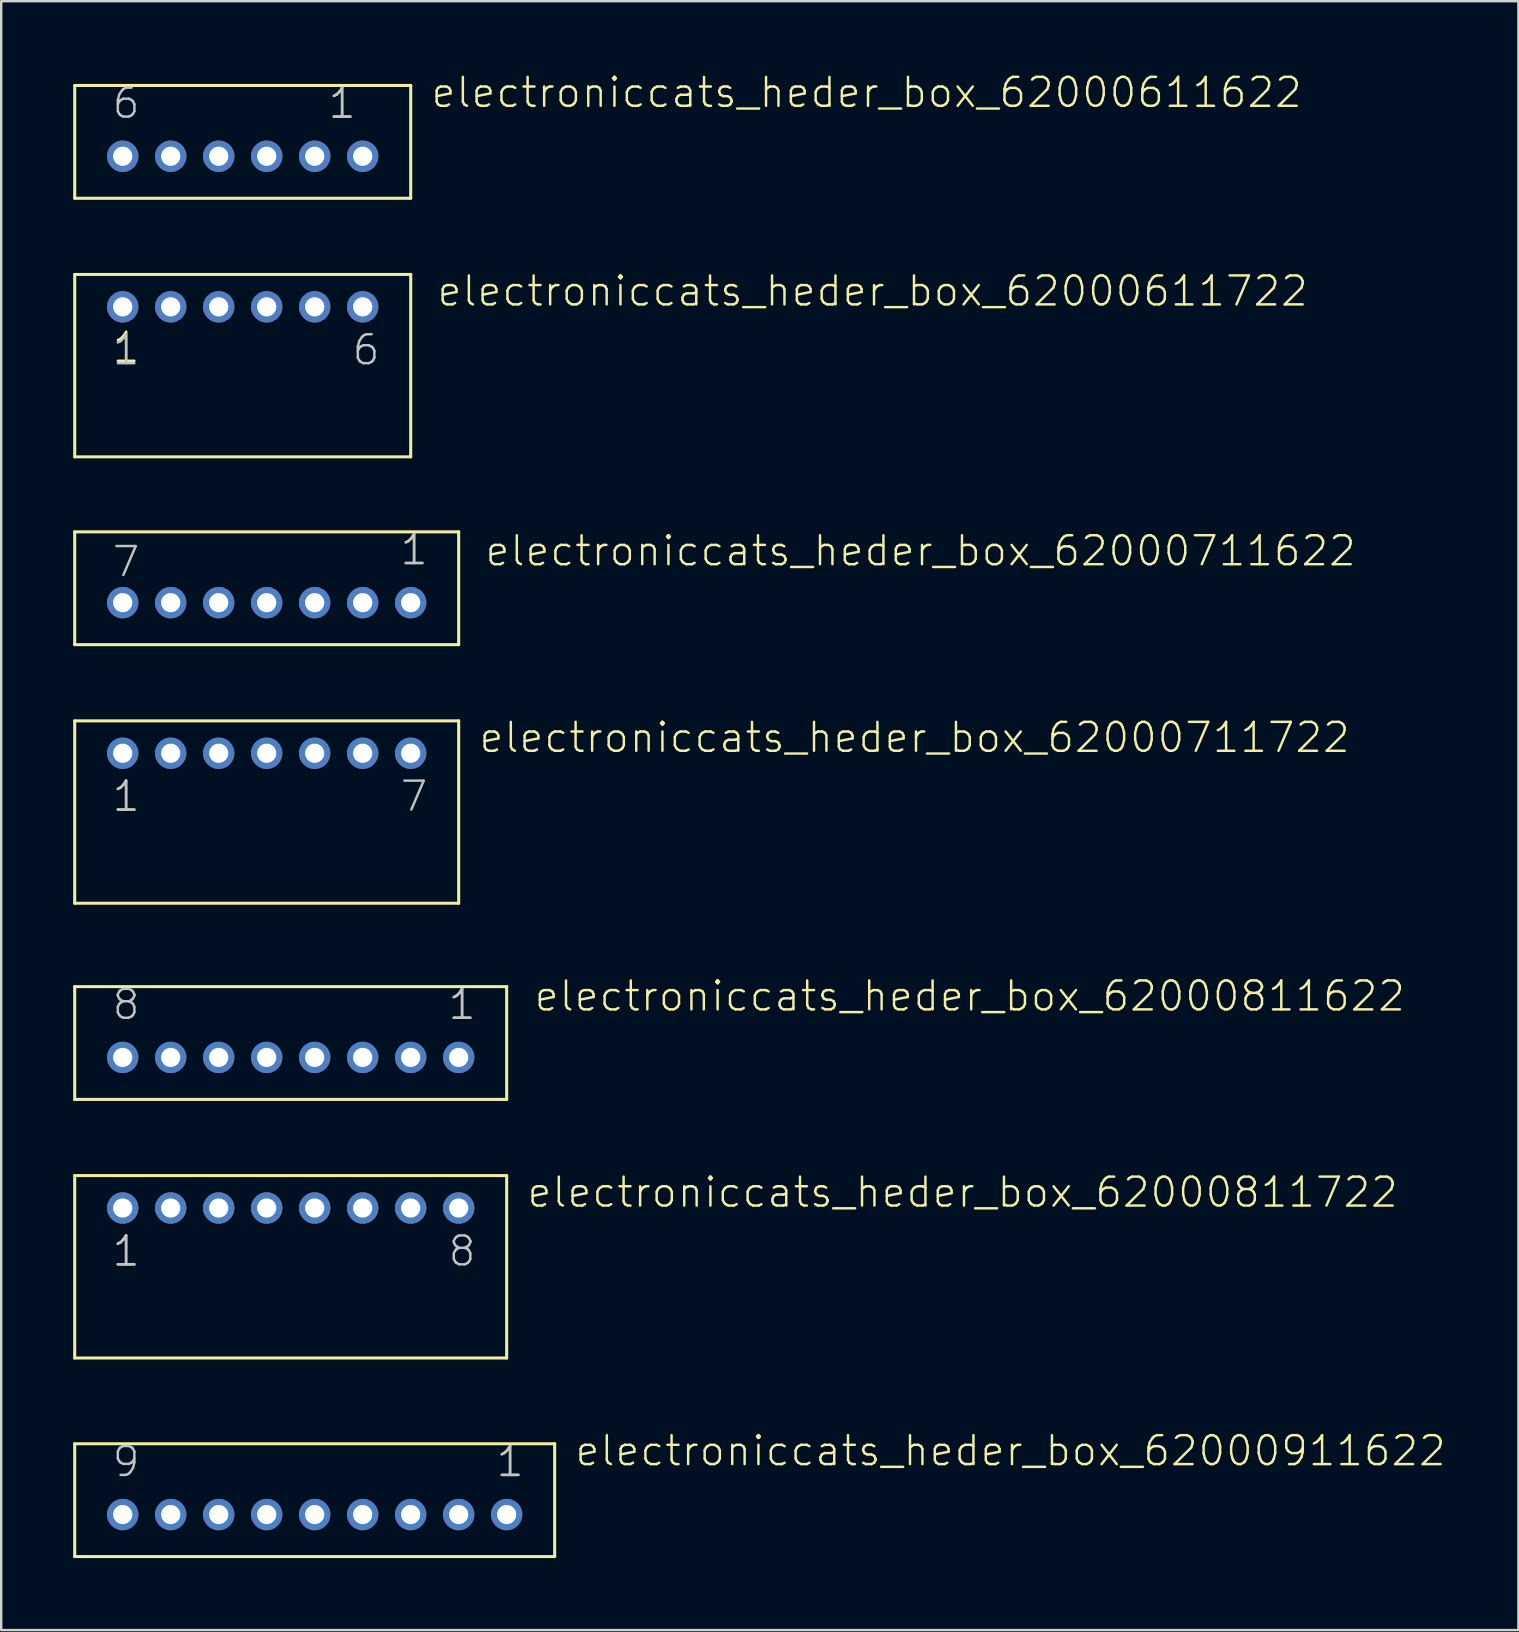
<source format=kicad_pcb>
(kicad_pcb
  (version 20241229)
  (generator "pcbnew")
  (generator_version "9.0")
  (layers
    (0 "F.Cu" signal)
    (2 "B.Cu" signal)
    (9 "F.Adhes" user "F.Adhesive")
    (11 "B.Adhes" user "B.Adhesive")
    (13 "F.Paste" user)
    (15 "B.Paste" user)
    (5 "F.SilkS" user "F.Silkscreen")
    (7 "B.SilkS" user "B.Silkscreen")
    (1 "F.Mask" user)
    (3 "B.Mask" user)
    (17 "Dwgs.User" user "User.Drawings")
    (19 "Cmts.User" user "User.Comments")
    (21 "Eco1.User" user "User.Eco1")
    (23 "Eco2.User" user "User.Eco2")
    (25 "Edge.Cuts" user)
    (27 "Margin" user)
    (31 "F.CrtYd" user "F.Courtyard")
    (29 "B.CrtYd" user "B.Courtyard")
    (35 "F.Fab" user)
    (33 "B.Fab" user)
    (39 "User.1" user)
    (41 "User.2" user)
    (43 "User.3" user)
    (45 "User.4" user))
  (footprint "electroniccats_heder_box_62000711622"
    (layer "F.Cu")
    (at 8.063 22.063)
    (property "Reference" "electroniccats_heder_box_62000711622" (at 9.035 -1.45 0) (layer "F.SilkS") (effects (font (size 1.206 1.206) (thickness 0.102)) (justify left bottom)))
    (attr through_hole)
    (fp_line (start -8 -2.95) (end 8 -2.95) (stroke (width 0.127) (type solid)) (layer "F.SilkS"))
    (fp_line (start -8 1.75) (end -8 -2.95) (stroke (width 0.127) (type solid)) (layer "F.SilkS"))
    (fp_line (start 8 -2.95) (end 8 1.75) (stroke (width 0.127) (type solid)) (layer "F.SilkS"))
    (fp_line (start 8 1.75) (end -8 1.75) (stroke (width 0.127) (type solid)) (layer "F.SilkS"))
    (fp_text user "1" (at 5.5 -1.5 0) (layer "F.SilkS") (effects (font (size 1.206 1.206) (thickness 0.102)) (justify left bottom)))
    (fp_text user "1" (at 5.5 -1.5 0) (layer "Dwgs.User") (effects (font (size 1.206 1.206) (thickness 0.102)) (justify left bottom)))
    (fp_text user "7" (at -6.5 -1 0) (layer "Dwgs.User") (effects (font (size 1.206 1.206) (thickness 0.102)) (justify left bottom)))
    (pad "1" thru_hole circle (at 6 0) (size 1.308 1.308) (drill 0.8) (layers "*.Cu" "*.Mask"))
    (pad "2" thru_hole circle (at 4 0) (size 1.308 1.308) (drill 0.8) (layers "*.Cu" "*.Mask"))
    (pad "3" thru_hole circle (at 2 0) (size 1.308 1.308) (drill 0.8) (layers "*.Cu" "*.Mask"))
    (pad "4" thru_hole circle (at 0 0) (size 1.308 1.308) (drill 0.8) (layers "*.Cu" "*.Mask"))
    (pad "5" thru_hole circle (at -2 0) (size 1.308 1.308) (drill 0.8) (layers "*.Cu" "*.Mask"))
    (pad "6" thru_hole circle (at -4 0) (size 1.308 1.308) (drill 0.8) (layers "*.Cu" "*.Mask"))
    (pad "7" thru_hole circle (at -6 0) (size 1.308 1.308) (drill 0.8) (layers "*.Cu" "*.Mask")))
  (footprint "electroniccats_heder_box_62000711722"
    (layer "F.Cu")
    (at 8.063 28.338)
    (property "Reference" "electroniccats_heder_box_62000711722" (at 8.785 0.05 0) (layer "F.SilkS") (effects (font (size 1.206 1.206) (thickness 0.102)) (justify left bottom)))
    (attr through_hole)
    (fp_line (start -8 -1.35) (end 8 -1.35) (stroke (width 0.127) (type solid)) (layer "F.SilkS"))
    (fp_line (start -8 6.25) (end -8 -1.35) (stroke (width 0.127) (type solid)) (layer "F.SilkS"))
    (fp_line (start 8 -1.35) (end 8 6.25) (stroke (width 0.127) (type solid)) (layer "F.SilkS"))
    (fp_line (start 8 6.25) (end -8 6.25) (stroke (width 0.127) (type solid)) (layer "F.SilkS"))
    (fp_text user "1" (at -6.5 2.5 0) (layer "F.SilkS") (effects (font (size 1.206 1.206) (thickness 0.102)) (justify left bottom)))
    (fp_text user "7" (at 5.5 2.5 0) (layer "Dwgs.User") (effects (font (size 1.206 1.206) (thickness 0.102)) (justify left bottom)))
    (fp_text user "1" (at -6.5 2.5 0) (layer "Dwgs.User") (effects (font (size 1.206 1.206) (thickness 0.102)) (justify left bottom)))
    (pad "1" thru_hole circle (at -6 0 180) (size 1.308 1.308) (drill 0.8) (layers "*.Cu" "*.Mask"))
    (pad "2" thru_hole circle (at -4 0 180) (size 1.308 1.308) (drill 0.8) (layers "*.Cu" "*.Mask"))
    (pad "3" thru_hole circle (at -2 0 180) (size 1.308 1.308) (drill 0.8) (layers "*.Cu" "*.Mask"))
    (pad "4" thru_hole circle (at 0 0 180) (size 1.308 1.308) (drill 0.8) (layers "*.Cu" "*.Mask"))
    (pad "5" thru_hole circle (at 2 0 180) (size 1.308 1.308) (drill 0.8) (layers "*.Cu" "*.Mask"))
    (pad "6" thru_hole circle (at 4 0 180) (size 1.308 1.308) (drill 0.8) (layers "*.Cu" "*.Mask"))
    (pad "7" thru_hole circle (at 6 0 180) (size 1.308 1.308) (drill 0.8) (layers "*.Cu" "*.Mask")))
  (footprint "electroniccats_heder_box_62000611722"
    (layer "F.Cu")
    (at 7.064 9.736)
    (property "Reference" "electroniccats_heder_box_62000611722" (at 8.035 0.05 0) (layer "F.SilkS") (effects (font (size 1.206 1.206) (thickness 0.102)) (justify left bottom)))
    (attr through_hole)
    (fp_line (start -7 -1.35) (end 7 -1.35) (stroke (width 0.127) (type solid)) (layer "F.SilkS"))
    (fp_line (start -7 6.25) (end -7 -1.35) (stroke (width 0.127) (type solid)) (layer "F.SilkS"))
    (fp_line (start 7 -1.35) (end 7 6.25) (stroke (width 0.127) (type solid)) (layer "F.SilkS"))
    (fp_line (start 7 6.25) (end -7 6.25) (stroke (width 0.127) (type solid)) (layer "F.SilkS"))
    (fp_text user "1" (at -5.5 2.4 0) (layer "F.SilkS") (effects (font (size 1.206 1.206) (thickness 0.102)) (justify left bottom)))
    (fp_text user "1" (at -5.5 2.5 0) (layer "Dwgs.User") (effects (font (size 1.206 1.206) (thickness 0.102)) (justify left bottom)))
    (fp_text user "6" (at 4.5 2.5 0) (layer "Dwgs.User") (effects (font (size 1.206 1.206) (thickness 0.102)) (justify left bottom)))
    (pad "1" thru_hole circle (at -5 0 180) (size 1.308 1.308) (drill 0.8) (layers "*.Cu" "*.Mask"))
    (pad "2" thru_hole circle (at -3 0 180) (size 1.308 1.308) (drill 0.8) (layers "*.Cu" "*.Mask"))
    (pad "3" thru_hole circle (at -1 0 180) (size 1.308 1.308) (drill 0.8) (layers "*.Cu" "*.Mask"))
    (pad "4" thru_hole circle (at 1 0 180) (size 1.308 1.308) (drill 0.8) (layers "*.Cu" "*.Mask"))
    (pad "5" thru_hole circle (at 3 0 180) (size 1.308 1.308) (drill 0.8) (layers "*.Cu" "*.Mask"))
    (pad "6" thru_hole circle (at 5 0 180) (size 1.308 1.308) (drill 0.8) (layers "*.Cu" "*.Mask")))
  (footprint "electroniccats_heder_box_62000911622"
    (layer "F.Cu")
    (at 10.063 60.062)
    (property "Reference" "electroniccats_heder_box_62000911622" (at 10.785 -1.95 0) (layer "F.SilkS") (effects (font (size 1.206 1.206) (thickness 0.102)) (justify left bottom)))
    (attr through_hole)
    (fp_line (start -10 -2.95) (end 10 -2.95) (stroke (width 0.127) (type solid)) (layer "F.SilkS"))
    (fp_line (start -10 1.75) (end -10 -2.95) (stroke (width 0.127) (type solid)) (layer "F.SilkS"))
    (fp_line (start 10 -2.95) (end 10 1.75) (stroke (width 0.127) (type solid)) (layer "F.SilkS"))
    (fp_line (start 10 1.75) (end -10 1.75) (stroke (width 0.127) (type solid)) (layer "F.SilkS"))
    (fp_text user "1" (at 7.5 -1.5 0) (layer "F.SilkS") (effects (font (size 1.206 1.206) (thickness 0.102)) (justify left bottom)))
    (fp_text user "1" (at 7.5 -1.5 0) (layer "Dwgs.User") (effects (font (size 1.206 1.206) (thickness 0.102)) (justify left bottom)))
    (fp_text user "9" (at -8.5 -1.5 0) (layer "Dwgs.User") (effects (font (size 1.206 1.206) (thickness 0.102)) (justify left bottom)))
    (pad "1" thru_hole circle (at 8 0) (size 1.308 1.308) (drill 0.8) (layers "*.Cu" "*.Mask"))
    (pad "2" thru_hole circle (at 6 0) (size 1.308 1.308) (drill 0.8) (layers "*.Cu" "*.Mask"))
    (pad "3" thru_hole circle (at 4 0) (size 1.308 1.308) (drill 0.8) (layers "*.Cu" "*.Mask"))
    (pad "4" thru_hole circle (at 2 0) (size 1.308 1.308) (drill 0.8) (layers "*.Cu" "*.Mask"))
    (pad "5" thru_hole circle (at 0 0) (size 1.308 1.308) (drill 0.8) (layers "*.Cu" "*.Mask"))
    (pad "6" thru_hole circle (at -2 0) (size 1.308 1.308) (drill 0.8) (layers "*.Cu" "*.Mask"))
    (pad "7" thru_hole circle (at -4 0) (size 1.308 1.308) (drill 0.8) (layers "*.Cu" "*.Mask"))
    (pad "8" thru_hole circle (at -6 0) (size 1.308 1.308) (drill 0.8) (layers "*.Cu" "*.Mask"))
    (pad "9" thru_hole circle (at -8 0) (size 1.308 1.308) (drill 0.8) (layers "*.Cu" "*.Mask")))
  (footprint "electroniccats_heder_box_62000811622"
    (layer "F.Cu")
    (at 9.063 41.013)
    (property "Reference" "electroniccats_heder_box_62000811622" (at 10.085 -1.85 0) (layer "F.SilkS") (effects (font (size 1.206 1.206) (thickness 0.102)) (justify left bottom)))
    (attr through_hole)
    (fp_line (start -9 -2.95) (end 9 -2.95) (stroke (width 0.127) (type solid)) (layer "F.SilkS"))
    (fp_line (start -9 1.75) (end -9 -2.95) (stroke (width 0.127) (type solid)) (layer "F.SilkS"))
    (fp_line (start 9 -2.95) (end 9 1.75) (stroke (width 0.127) (type solid)) (layer "F.SilkS"))
    (fp_line (start 9 1.75) (end -9 1.75) (stroke (width 0.127) (type solid)) (layer "F.SilkS"))
    (fp_text user "1" (at 6.5 -1.5 0) (layer "F.SilkS") (effects (font (size 1.206 1.206) (thickness 0.102)) (justify left bottom)))
    (fp_text user "8" (at -7.5 -1.5 0) (layer "Dwgs.User") (effects (font (size 1.206 1.206) (thickness 0.102)) (justify left bottom)))
    (fp_text user "1" (at 6.5 -1.5 0) (layer "Dwgs.User") (effects (font (size 1.206 1.206) (thickness 0.102)) (justify left bottom)))
    (pad "1" thru_hole circle (at 7 0) (size 1.308 1.308) (drill 0.8) (layers "*.Cu" "*.Mask"))
    (pad "2" thru_hole circle (at 5 0) (size 1.308 1.308) (drill 0.8) (layers "*.Cu" "*.Mask"))
    (pad "3" thru_hole circle (at 3 0) (size 1.308 1.308) (drill 0.8) (layers "*.Cu" "*.Mask"))
    (pad "4" thru_hole circle (at 1 0) (size 1.308 1.308) (drill 0.8) (layers "*.Cu" "*.Mask"))
    (pad "5" thru_hole circle (at -1 0) (size 1.308 1.308) (drill 0.8) (layers "*.Cu" "*.Mask"))
    (pad "6" thru_hole circle (at -3 0) (size 1.308 1.308) (drill 0.8) (layers "*.Cu" "*.Mask"))
    (pad "7" thru_hole circle (at -5 0) (size 1.308 1.308) (drill 0.8) (layers "*.Cu" "*.Mask"))
    (pad "8" thru_hole circle (at -7 0) (size 1.308 1.308) (drill 0.8) (layers "*.Cu" "*.Mask")))
  (footprint "electroniccats_heder_box_62000811722"
    (layer "F.Cu")
    (at 9.063 47.288)
    (property "Reference" "electroniccats_heder_box_62000811722" (at 9.785 0.05 0) (layer "F.SilkS") (effects (font (size 1.206 1.206) (thickness 0.102)) (justify left bottom)))
    (attr through_hole)
    (fp_line (start -9 -1.35) (end 9 -1.35) (stroke (width 0.127) (type solid)) (layer "F.SilkS"))
    (fp_line (start -9 6.25) (end -9 -1.35) (stroke (width 0.127) (type solid)) (layer "F.SilkS"))
    (fp_line (start 9 -1.35) (end 9 6.25) (stroke (width 0.127) (type solid)) (layer "F.SilkS"))
    (fp_line (start 9 6.25) (end -9 6.25) (stroke (width 0.127) (type solid)) (layer "F.SilkS"))
    (fp_text user "1" (at -7.5 2.5 0) (layer "F.SilkS") (effects (font (size 1.206 1.206) (thickness 0.102)) (justify left bottom)))
    (fp_text user "1" (at -7.5 2.5 0) (layer "Dwgs.User") (effects (font (size 1.206 1.206) (thickness 0.102)) (justify left bottom)))
    (fp_text user "8" (at 6.5 2.5 0) (layer "Dwgs.User") (effects (font (size 1.206 1.206) (thickness 0.102)) (justify left bottom)))
    (pad "1" thru_hole circle (at -7 0 180) (size 1.308 1.308) (drill 0.8) (layers "*.Cu" "*.Mask"))
    (pad "2" thru_hole circle (at -5 0 180) (size 1.308 1.308) (drill 0.8) (layers "*.Cu" "*.Mask"))
    (pad "3" thru_hole circle (at -3 0 180) (size 1.308 1.308) (drill 0.8) (layers "*.Cu" "*.Mask"))
    (pad "4" thru_hole circle (at -1 0 180) (size 1.308 1.308) (drill 0.8) (layers "*.Cu" "*.Mask"))
    (pad "5" thru_hole circle (at 1 0 180) (size 1.308 1.308) (drill 0.8) (layers "*.Cu" "*.Mask"))
    (pad "6" thru_hole circle (at 3 0 180) (size 1.308 1.308) (drill 0.8) (layers "*.Cu" "*.Mask"))
    (pad "7" thru_hole circle (at 5 0 180) (size 1.308 1.308) (drill 0.8) (layers "*.Cu" "*.Mask"))
    (pad "8" thru_hole circle (at 7 0 180) (size 1.308 1.308) (drill 0.8) (layers "*.Cu" "*.Mask")))
  (footprint "electroniccats_heder_box_62000611622"
    (layer "F.Cu")
    (at 7.064 3.461)
    (property "Reference" "electroniccats_heder_box_62000611622" (at 7.785 -1.95 0) (layer "F.SilkS") (effects (font (size 1.206 1.206) (thickness 0.102)) (justify left bottom)))
    (attr through_hole)
    (fp_line (start -7 -2.95) (end 7 -2.95) (stroke (width 0.127) (type solid)) (layer "F.SilkS"))
    (fp_line (start -7 1.75) (end -7 -2.95) (stroke (width 0.127) (type solid)) (layer "F.SilkS"))
    (fp_line (start 7 -2.95) (end 7 1.75) (stroke (width 0.127) (type solid)) (layer "F.SilkS"))
    (fp_line (start 7 1.75) (end -7 1.75) (stroke (width 0.127) (type solid)) (layer "F.SilkS"))
    (fp_text user "1" (at 3.5 -1.5 0) (layer "F.SilkS") (effects (font (size 1.206 1.206) (thickness 0.102)) (justify left bottom)))
    (fp_text user "1" (at 3.5 -1.5 0) (layer "Dwgs.User") (effects (font (size 1.206 1.206) (thickness 0.102)) (justify left bottom)))
    (fp_text user "6" (at -5.5 -1.5 0) (layer "Dwgs.User") (effects (font (size 1.206 1.206) (thickness 0.102)) (justify left bottom)))
    (pad "1" thru_hole circle (at 5 0) (size 1.308 1.308) (drill 0.8) (layers "*.Cu" "*.Mask"))
    (pad "2" thru_hole circle (at 3 0) (size 1.308 1.308) (drill 0.8) (layers "*.Cu" "*.Mask"))
    (pad "3" thru_hole circle (at 1 0) (size 1.308 1.308) (drill 0.8) (layers "*.Cu" "*.Mask"))
    (pad "4" thru_hole circle (at -1 0) (size 1.308 1.308) (drill 0.8) (layers "*.Cu" "*.Mask"))
    (pad "5" thru_hole circle (at -3 0) (size 1.308 1.308) (drill 0.8) (layers "*.Cu" "*.Mask"))
    (pad "6" thru_hole circle (at -5 0) (size 1.308 1.308) (drill 0.8) (layers "*.Cu" "*.Mask")))
  (gr_rect
    (start -3 -3)
    (end 60.222 64.876)
    (stroke (width 0.1) (type default))
    (fill no)
    (layer "Edge.Cuts")))
</source>
